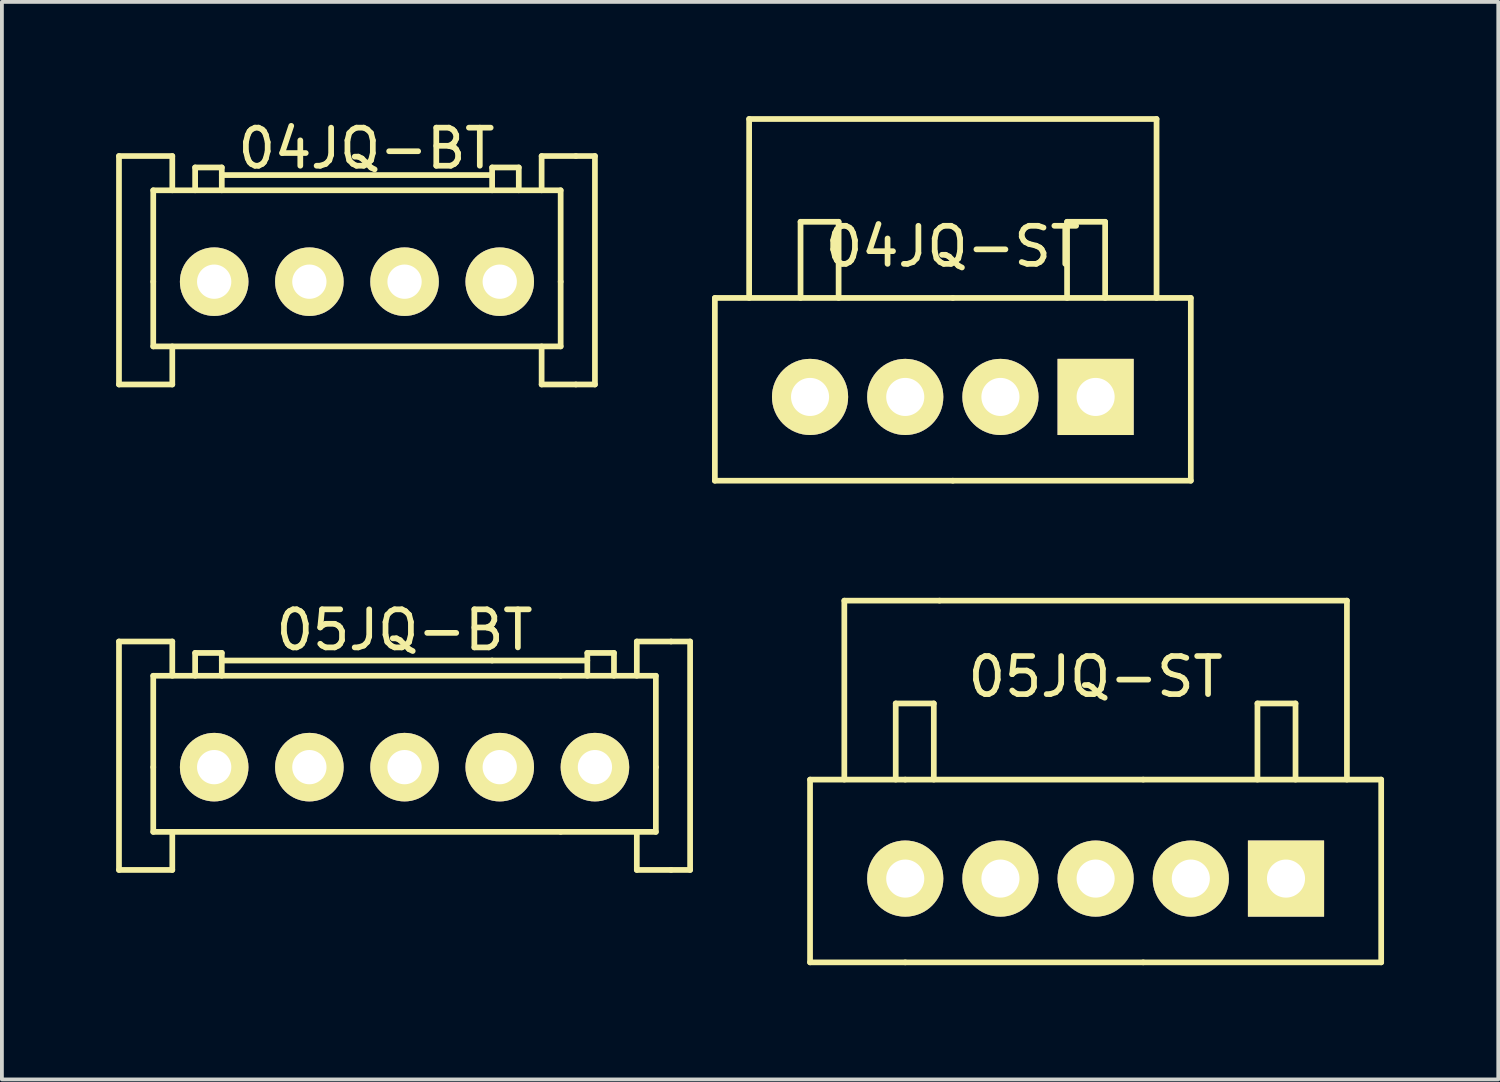
<source format=kicad_pcb>
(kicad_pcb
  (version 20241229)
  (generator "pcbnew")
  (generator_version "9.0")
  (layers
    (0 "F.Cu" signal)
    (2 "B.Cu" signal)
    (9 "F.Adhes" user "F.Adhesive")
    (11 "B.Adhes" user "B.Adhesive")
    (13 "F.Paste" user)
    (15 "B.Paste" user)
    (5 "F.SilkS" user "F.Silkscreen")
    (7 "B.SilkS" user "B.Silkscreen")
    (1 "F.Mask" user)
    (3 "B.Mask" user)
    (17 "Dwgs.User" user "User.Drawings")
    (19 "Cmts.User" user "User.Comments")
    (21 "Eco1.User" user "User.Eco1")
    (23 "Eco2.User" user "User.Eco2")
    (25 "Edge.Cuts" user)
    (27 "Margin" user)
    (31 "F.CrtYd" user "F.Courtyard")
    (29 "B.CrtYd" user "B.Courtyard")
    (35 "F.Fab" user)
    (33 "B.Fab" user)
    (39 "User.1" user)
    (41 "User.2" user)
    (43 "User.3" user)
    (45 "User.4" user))
  (footprint "04JQ-BT"
    (layer "F.Cu")
    (at 2.575 4.348)
    (property "Reference" "04JQ-BT" (at 4 -3.5 0) (layer "F.SilkS") (effects (font (size 1 1) (thickness 0.15))))
    (attr through_hole)
    (fp_line (start -2.5 2.7) (end -2.5 -3.3) (stroke (width 0.15) (type solid)) (layer "F.SilkS"))
    (fp_line (start -1.6 -2.4) (end 9.1 -2.4) (stroke (width 0.15) (type solid)) (layer "F.SilkS"))
    (fp_line (start -1.6 0) (end -1.6 -2.4) (stroke (width 0.15) (type solid)) (layer "F.SilkS"))
    (fp_line (start -1.6 0) (end -1.6 1.7) (stroke (width 0.15) (type solid)) (layer "F.SilkS"))
    (fp_line (start -1.1 -3.3) (end -2.5 -3.3) (stroke (width 0.15) (type solid)) (layer "F.SilkS"))
    (fp_line (start -1.1 -2.4) (end -1.1 -3.3) (stroke (width 0.15) (type solid)) (layer "F.SilkS"))
    (fp_line (start -1.1 1.7) (end -1.1 2.7) (stroke (width 0.15) (type solid)) (layer "F.SilkS"))
    (fp_line (start -1.1 2.7) (end -2.5 2.7) (stroke (width 0.15) (type solid)) (layer "F.SilkS"))
    (fp_line (start -0.5 -3) (end 0.2 -3) (stroke (width 0.15) (type solid)) (layer "F.SilkS"))
    (fp_line (start -0.5 -2.4) (end -0.5 -3) (stroke (width 0.15) (type solid)) (layer "F.SilkS"))
    (fp_line (start 0.2 -3) (end 0.2 -2.4) (stroke (width 0.15) (type solid)) (layer "F.SilkS"))
    (fp_line (start 7.3 -3) (end 7.3 -2.4) (stroke (width 0.15) (type solid)) (layer "F.SilkS"))
    (fp_line (start 7.3 -2.8) (end 0.2 -2.8) (stroke (width 0.15) (type solid)) (layer "F.SilkS"))
    (fp_line (start 8 -3) (end 7.3 -3) (stroke (width 0.15) (type solid)) (layer "F.SilkS"))
    (fp_line (start 8 -2.4) (end 8 -3) (stroke (width 0.15) (type solid)) (layer "F.SilkS"))
    (fp_line (start 8.6 -3.3) (end 8.6 -2.4) (stroke (width 0.15) (type solid)) (layer "F.SilkS"))
    (fp_line (start 8.6 1.7) (end 8.6 2.7) (stroke (width 0.15) (type solid)) (layer "F.SilkS"))
    (fp_line (start 9.1 0) (end 9.1 -2.4) (stroke (width 0.15) (type solid)) (layer "F.SilkS"))
    (fp_line (start 9.1 0) (end 9.1 1.7) (stroke (width 0.15) (type solid)) (layer "F.SilkS"))
    (fp_line (start 9.1 1.7) (end -1.6 1.7) (stroke (width 0.15) (type solid)) (layer "F.SilkS"))
    (fp_line (start 9.5 -3.3) (end 8.6 -3.3) (stroke (width 0.15) (type solid)) (layer "F.SilkS"))
    (fp_line (start 9.5 -3.3) (end 10 -3.3) (stroke (width 0.15) (type solid)) (layer "F.SilkS"))
    (fp_line (start 9.5 2.7) (end 8.6 2.7) (stroke (width 0.15) (type solid)) (layer "F.SilkS"))
    (fp_line (start 10 -3.3) (end 10 2.7) (stroke (width 0.15) (type solid)) (layer "F.SilkS"))
    (fp_line (start 10 2.7) (end 9.5 2.7) (stroke (width 0.15) (type solid)) (layer "F.SilkS"))
    (pad "1" thru_hole circle (at 7.5 0) (size 1.8 1.8) (drill 0.9) (layers "*.Cu" "*.Mask" "F.SilkS"))
    (pad "2" thru_hole circle (at 5 0) (size 1.8 1.8) (drill 0.9) (layers "*.Cu" "*.Mask" "F.SilkS"))
    (pad "3" thru_hole circle (at 2.5 0) (size 1.8 1.8) (drill 0.9) (layers "*.Cu" "*.Mask" "F.SilkS"))
    (pad "4" thru_hole circle (at 0 0) (size 1.8 1.8) (drill 0.9) (layers "*.Cu" "*.Mask" "F.SilkS")))
  (footprint "05JQ-BT"
    (layer "F.Cu")
    (at 2.575 17.098)
    (property "Reference" "05JQ-BT" (at 5 -3.6 0) (layer "F.SilkS") (effects (font (size 1 1) (thickness 0.15))))
    (attr through_hole)
    (fp_line (start -2.5 2.7) (end -2.5 -3.3) (stroke (width 0.15) (type solid)) (layer "F.SilkS"))
    (fp_line (start -1.6 -2.4) (end 9.1 -2.4) (stroke (width 0.15) (type solid)) (layer "F.SilkS"))
    (fp_line (start -1.6 0) (end -1.6 -2.4) (stroke (width 0.15) (type solid)) (layer "F.SilkS"))
    (fp_line (start -1.6 0) (end -1.6 1.7) (stroke (width 0.15) (type solid)) (layer "F.SilkS"))
    (fp_line (start -1.1 -3.3) (end -2.5 -3.3) (stroke (width 0.15) (type solid)) (layer "F.SilkS"))
    (fp_line (start -1.1 -2.4) (end -1.1 -3.3) (stroke (width 0.15) (type solid)) (layer "F.SilkS"))
    (fp_line (start -1.1 1.7) (end -1.1 2.7) (stroke (width 0.15) (type solid)) (layer "F.SilkS"))
    (fp_line (start -1.1 2.7) (end -2.5 2.7) (stroke (width 0.15) (type solid)) (layer "F.SilkS"))
    (fp_line (start -0.5 -3) (end 0.2 -3) (stroke (width 0.15) (type solid)) (layer "F.SilkS"))
    (fp_line (start -0.5 -2.4) (end -0.5 -3) (stroke (width 0.15) (type solid)) (layer "F.SilkS"))
    (fp_line (start 0.2 -3) (end 0.2 -2.4) (stroke (width 0.15) (type solid)) (layer "F.SilkS"))
    (fp_line (start 7.3 -2.8) (end 0.2 -2.8) (stroke (width 0.15) (type solid)) (layer "F.SilkS"))
    (fp_line (start 7.3 -2.8) (end 9.8 -2.8) (stroke (width 0.15) (type solid)) (layer "F.SilkS"))
    (fp_line (start 9.1 1.7) (end -1.6 1.7) (stroke (width 0.15) (type solid)) (layer "F.SilkS"))
    (fp_line (start 9.8 -3) (end 9.8 -2.4) (stroke (width 0.15) (type solid)) (layer "F.SilkS"))
    (fp_line (start 10.5 -3) (end 9.8 -3) (stroke (width 0.15) (type solid)) (layer "F.SilkS"))
    (fp_line (start 10.5 -2.4) (end 10.5 -3) (stroke (width 0.15) (type solid)) (layer "F.SilkS"))
    (fp_line (start 11.1 -3.3) (end 11.1 -2.4) (stroke (width 0.15) (type solid)) (layer "F.SilkS"))
    (fp_line (start 11.1 1.7) (end 11.1 2.7) (stroke (width 0.15) (type solid)) (layer "F.SilkS"))
    (fp_line (start 11.6 -2.4) (end 9.1 -2.4) (stroke (width 0.15) (type solid)) (layer "F.SilkS"))
    (fp_line (start 11.6 0) (end 11.6 -2.4) (stroke (width 0.15) (type solid)) (layer "F.SilkS"))
    (fp_line (start 11.6 0) (end 11.6 1.7) (stroke (width 0.15) (type solid)) (layer "F.SilkS"))
    (fp_line (start 11.6 1.7) (end 9.1 1.7) (stroke (width 0.15) (type solid)) (layer "F.SilkS"))
    (fp_line (start 12 -3.3) (end 11.1 -3.3) (stroke (width 0.15) (type solid)) (layer "F.SilkS"))
    (fp_line (start 12 -3.3) (end 12.5 -3.3) (stroke (width 0.15) (type solid)) (layer "F.SilkS"))
    (fp_line (start 12 2.7) (end 11.1 2.7) (stroke (width 0.15) (type solid)) (layer "F.SilkS"))
    (fp_line (start 12.5 -3.3) (end 12.5 2.7) (stroke (width 0.15) (type solid)) (layer "F.SilkS"))
    (fp_line (start 12.5 2.7) (end 12 2.7) (stroke (width 0.15) (type solid)) (layer "F.SilkS"))
    (pad "1" thru_hole circle (at 10 0) (size 1.8 1.8) (drill 0.9) (layers "*.Cu" "*.Mask" "F.SilkS"))
    (pad "2" thru_hole circle (at 7.5 0) (size 1.8 1.8) (drill 0.9) (layers "*.Cu" "*.Mask" "F.SilkS"))
    (pad "3" thru_hole circle (at 5 0) (size 1.8 1.8) (drill 0.9) (layers "*.Cu" "*.Mask" "F.SilkS"))
    (pad "4" thru_hole circle (at 2.5 0) (size 1.8 1.8) (drill 0.9) (layers "*.Cu" "*.Mask" "F.SilkS"))
    (pad "5" thru_hole circle (at 0 0) (size 1.8 1.8) (drill 0.9) (layers "*.Cu" "*.Mask" "F.SilkS")))
  (footprint "05JQ-ST"
    (layer "F.Cu")
    (at 25.725 20.025)
    (property "Reference" "05JQ-ST" (at 0 -5.3 0) (layer "F.SilkS") (effects (font (size 1 1) (thickness 0.15))))
    (attr through_hole)
    (fp_line (start -7.5 -2.6) (end -7.5 2.2) (stroke (width 0.15) (type solid)) (layer "F.SilkS"))
    (fp_line (start -6.6 -2.6) (end -6.6 -7.3) (stroke (width 0.15) (type solid)) (layer "F.SilkS"))
    (fp_line (start -5.25 -4.6) (end -4.25 -4.6) (stroke (width 0.15) (type solid)) (layer "F.SilkS"))
    (fp_line (start -5.25 -2.6) (end -5.25 -4.6) (stroke (width 0.15) (type solid)) (layer "F.SilkS"))
    (fp_line (start -5 -2.6) (end -7.5 -2.6) (stroke (width 0.15) (type solid)) (layer "F.SilkS"))
    (fp_line (start -5 2.2) (end -7.5 2.2) (stroke (width 0.15) (type solid)) (layer "F.SilkS"))
    (fp_line (start -4.25 -4.6) (end -4.25 -2.6) (stroke (width 0.15) (type solid)) (layer "F.SilkS"))
    (fp_line (start -4.1 -7.3) (end -6.6 -7.3) (stroke (width 0.15) (type solid)) (layer "F.SilkS"))
    (fp_line (start 1.25 -2.6) (end -5 -2.6) (stroke (width 0.15) (type solid)) (layer "F.SilkS"))
    (fp_line (start 1.25 -2.6) (end 7.5 -2.6) (stroke (width 0.15) (type solid)) (layer "F.SilkS"))
    (fp_line (start 1.25 2.2) (end -5 2.2) (stroke (width 0.15) (type solid)) (layer "F.SilkS"))
    (fp_line (start 4.25 -4.6) (end 4.25 -2.6) (stroke (width 0.15) (type solid)) (layer "F.SilkS"))
    (fp_line (start 5.25 -4.6) (end 4.25 -4.6) (stroke (width 0.15) (type solid)) (layer "F.SilkS"))
    (fp_line (start 5.25 -2.6) (end 5.25 -4.6) (stroke (width 0.15) (type solid)) (layer "F.SilkS"))
    (fp_line (start 6.6 -7.3) (end -4.1 -7.3) (stroke (width 0.15) (type solid)) (layer "F.SilkS"))
    (fp_line (start 6.6 -2.6) (end 6.6 -7.3) (stroke (width 0.15) (type solid)) (layer "F.SilkS"))
    (fp_line (start 7.5 -2.6) (end 7.5 2.2) (stroke (width 0.15) (type solid)) (layer "F.SilkS"))
    (fp_line (start 7.5 2.2) (end 1.25 2.2) (stroke (width 0.15) (type solid)) (layer "F.SilkS"))
    (pad "1" thru_hole rect (at 5 0) (size 2 2) (drill 1) (layers "*.Cu" "*.Mask" "F.SilkS"))
    (pad "2" thru_hole circle (at 2.5 0) (size 2 2) (drill 1) (layers "*.Cu" "*.Mask" "F.SilkS"))
    (pad "3" thru_hole circle (at 0 0) (size 2 2) (drill 1) (layers "*.Cu" "*.Mask" "F.SilkS"))
    (pad "4" thru_hole circle (at -2.5 0) (size 2 2) (drill 1) (layers "*.Cu" "*.Mask" "F.SilkS"))
    (pad "5" thru_hole circle (at -5 0) (size 2 2) (drill 1) (layers "*.Cu" "*.Mask" "F.SilkS")))
  (footprint "04JQ-ST"
    (layer "F.Cu")
    (at 21.975 7.375)
    (property "Reference" "04JQ-ST" (at 0 -3.95 0) (layer "F.SilkS") (effects (font (size 1 1) (thickness 0.15))))
    (attr through_hole)
    (fp_line (start -6.25 -2.6) (end -6.25 2.2) (stroke (width 0.15) (type solid)) (layer "F.SilkS"))
    (fp_line (start -5.35 -2.6) (end -5.35 -7.3) (stroke (width 0.15) (type solid)) (layer "F.SilkS"))
    (fp_line (start -4 -4.6) (end -3 -4.6) (stroke (width 0.15) (type solid)) (layer "F.SilkS"))
    (fp_line (start -4 -2.6) (end -4 -4.6) (stroke (width 0.15) (type solid)) (layer "F.SilkS"))
    (fp_line (start -3 -4.6) (end -3 -2.6) (stroke (width 0.15) (type solid)) (layer "F.SilkS"))
    (fp_line (start 0 -2.6) (end -6.25 -2.6) (stroke (width 0.15) (type solid)) (layer "F.SilkS"))
    (fp_line (start 0 -2.6) (end 6.25 -2.6) (stroke (width 0.15) (type solid)) (layer "F.SilkS"))
    (fp_line (start 0 2.2) (end -6.25 2.2) (stroke (width 0.15) (type solid)) (layer "F.SilkS"))
    (fp_line (start 3 -4.6) (end 3 -2.6) (stroke (width 0.15) (type solid)) (layer "F.SilkS"))
    (fp_line (start 4 -4.6) (end 3 -4.6) (stroke (width 0.15) (type solid)) (layer "F.SilkS"))
    (fp_line (start 4 -2.6) (end 4 -4.6) (stroke (width 0.15) (type solid)) (layer "F.SilkS"))
    (fp_line (start 5.35 -7.3) (end -5.35 -7.3) (stroke (width 0.15) (type solid)) (layer "F.SilkS"))
    (fp_line (start 5.35 -2.6) (end 5.35 -7.3) (stroke (width 0.15) (type solid)) (layer "F.SilkS"))
    (fp_line (start 6.25 -2.6) (end 6.25 2.2) (stroke (width 0.15) (type solid)) (layer "F.SilkS"))
    (fp_line (start 6.25 2.2) (end 0 2.2) (stroke (width 0.15) (type solid)) (layer "F.SilkS"))
    (pad "1" thru_hole rect (at 3.75 0) (size 2 2) (drill 1) (layers "*.Cu" "*.Mask" "F.SilkS"))
    (pad "2" thru_hole circle (at 1.25 0) (size 2 2) (drill 1) (layers "*.Cu" "*.Mask" "F.SilkS"))
    (pad "3" thru_hole circle (at -1.25 0) (size 2 2) (drill 1) (layers "*.Cu" "*.Mask" "F.SilkS"))
    (pad "4" thru_hole circle (at -3.75 0) (size 2 2) (drill 1) (layers "*.Cu" "*.Mask" "F.SilkS")))
  (gr_rect
    (start -3 -3)
    (end 36.3 25.3)
    (stroke (width 0.1) (type default))
    (fill no)
    (layer "Edge.Cuts")))
</source>
